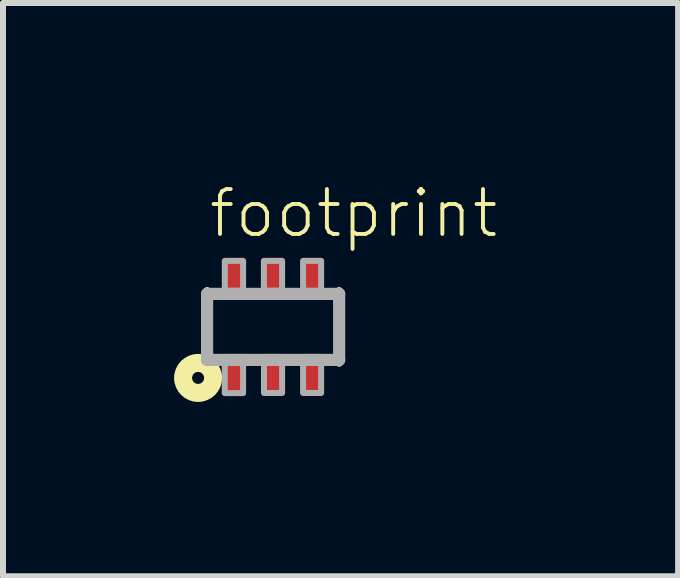
<source format=kicad_pcb>
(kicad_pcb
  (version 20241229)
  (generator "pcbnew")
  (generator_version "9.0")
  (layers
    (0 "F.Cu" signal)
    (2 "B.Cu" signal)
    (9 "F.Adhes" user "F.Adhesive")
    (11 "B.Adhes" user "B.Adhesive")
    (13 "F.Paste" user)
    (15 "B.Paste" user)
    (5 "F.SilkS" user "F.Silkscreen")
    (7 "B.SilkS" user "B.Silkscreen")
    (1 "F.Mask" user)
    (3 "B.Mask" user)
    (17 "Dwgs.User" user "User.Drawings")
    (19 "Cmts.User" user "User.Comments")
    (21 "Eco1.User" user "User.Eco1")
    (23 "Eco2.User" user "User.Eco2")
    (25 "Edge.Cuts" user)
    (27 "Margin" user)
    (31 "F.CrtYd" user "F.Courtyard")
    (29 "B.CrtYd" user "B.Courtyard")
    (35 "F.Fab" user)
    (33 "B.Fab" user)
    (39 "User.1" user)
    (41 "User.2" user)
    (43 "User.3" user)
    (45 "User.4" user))
  (footprint "footprint"
    (layer "F.Cu")
    (at 1.5 2.396)
    (property "Reference" "footprint" (at -1.106 -1.454 0) (layer "F.SilkS") (effects (font (size 0.748 0.748) (thickness 0.065)) (justify left bottom)))
    (fp_line (start -1.1 -0.6) (end -1.1 0.6) (stroke (width 0.127) (type solid)) (layer "F.SilkS"))
    (fp_line (start 1.1 -0.6) (end 1.1 0.6) (stroke (width 0.127) (type solid)) (layer "F.SilkS"))
    (fp_circle (center -1.25 0.85) (end -1.15 0.85) (stroke (width 0.3) (type solid)) (fill no) (layer "F.SilkS"))
    (fp_line (start -1.1 -0.55) (end -1.1 0.55) (stroke (width 0.203) (type solid)) (layer "F.Fab"))
    (fp_line (start -1.1 -0.55) (end 1.1 -0.55) (stroke (width 0.203) (type solid)) (layer "F.Fab"))
    (fp_line (start 1.1 -0.55) (end 1.1 0.55) (stroke (width 0.203) (type solid)) (layer "F.Fab"))
    (fp_line (start 1.1 0.55) (end -1.1 0.55) (stroke (width 0.203) (type solid)) (layer "F.Fab"))
    (fp_poly (pts (xy -0.806 1.103) (xy -0.5 1.103) (xy -0.5 0.6) (xy -0.806 0.6)) (stroke (width 0.1) (type solid)) (fill no) (layer "F.Fab"))
    (fp_poly (pts (xy -0.805 -0.601) (xy -0.5 -0.601) (xy -0.5 -1.1) (xy -0.805 -1.1)) (stroke (width 0.1) (type solid)) (fill no) (layer "F.Fab"))
    (fp_poly (pts (xy -0.154 -0.602) (xy 0.15 -0.602) (xy 0.15 -1.1) (xy -0.154 -1.1)) (stroke (width 0.1) (type solid)) (fill no) (layer "F.Fab"))
    (fp_poly (pts (xy -0.152 1.101) (xy 0.15 1.101) (xy 0.15 0.6) (xy -0.152 0.6)) (stroke (width 0.1) (type solid)) (fill no) (layer "F.Fab"))
    (fp_poly (pts (xy 0.499 -0.601) (xy 0.8 -0.601) (xy 0.8 -1.1) (xy 0.499 -1.1)) (stroke (width 0.1) (type solid)) (fill no) (layer "F.Fab"))
    (fp_poly (pts (xy 0.499 1.101) (xy 0.8 1.101) (xy 0.8 0.6) (xy 0.499 0.6)) (stroke (width 0.1) (type solid)) (fill no) (layer "F.Fab"))
    (pad "1" smd rect (at -0.65 0.8) (size 0.3 0.7) (layers "F.Cu" "F.Mask" "F.Paste"))
    (pad "2" smd rect (at 0 0.8) (size 0.3 0.7) (layers "F.Cu" "F.Mask" "F.Paste"))
    (pad "3" smd rect (at 0.65 0.8) (size 0.3 0.7) (layers "F.Cu" "F.Mask" "F.Paste"))
    (pad "4" smd rect (at 0.65 -0.8) (size 0.3 0.7) (layers "F.Cu" "F.Mask" "F.Paste"))
    (pad "5" smd rect (at 0 -0.8) (size 0.3 0.7) (layers "F.Cu" "F.Mask" "F.Paste"))
    (pad "6" smd rect (at -0.65 -0.8) (size 0.3 0.7) (layers "F.Cu" "F.Mask" "F.Paste")))
  (gr_rect
    (start -3 -3)
    (end 8.247 6.55)
    (stroke (width 0.1) (type default))
    (fill no)
    (layer "Edge.Cuts")))
</source>
